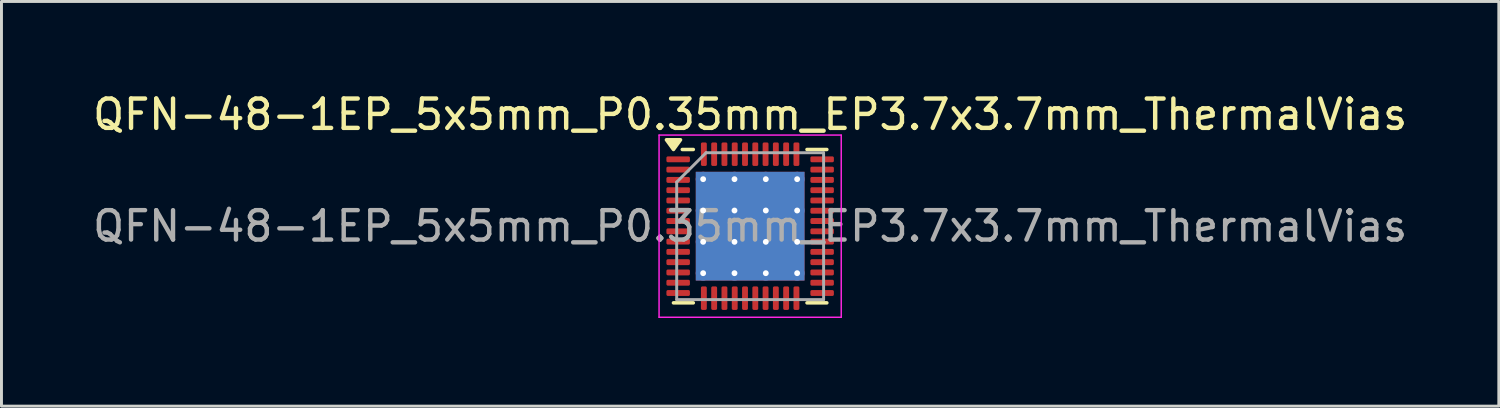
<source format=kicad_pcb>
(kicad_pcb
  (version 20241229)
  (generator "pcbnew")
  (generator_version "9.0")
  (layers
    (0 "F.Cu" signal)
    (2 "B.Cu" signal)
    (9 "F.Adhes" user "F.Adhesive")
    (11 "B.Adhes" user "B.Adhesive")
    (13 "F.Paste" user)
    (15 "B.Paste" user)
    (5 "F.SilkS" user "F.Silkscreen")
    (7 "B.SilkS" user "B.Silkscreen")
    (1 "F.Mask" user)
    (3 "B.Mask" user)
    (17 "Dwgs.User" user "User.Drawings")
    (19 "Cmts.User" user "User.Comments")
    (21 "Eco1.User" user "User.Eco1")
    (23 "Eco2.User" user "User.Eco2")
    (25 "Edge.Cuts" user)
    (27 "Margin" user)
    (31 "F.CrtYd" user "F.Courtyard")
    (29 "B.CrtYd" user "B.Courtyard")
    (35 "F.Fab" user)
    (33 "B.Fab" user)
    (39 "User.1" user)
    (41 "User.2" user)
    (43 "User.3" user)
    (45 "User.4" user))
  (footprint "QFN-48-1EP_5x5mm_P0.35mm_EP3.7x3.7mm_ThermalVias"
    (layer "F.Cu")
    (at 22.482 4.648)
    (property "Reference" "QFN-48-1EP_5x5mm_P0.35mm_EP3.7x3.7mm_ThermalVias" (at 0 -3.8 0) (layer "F.SilkS") (effects (font (size 1 1) (thickness 0.15))))
    (attr smd)
    (fp_line (start -1.935 -2.61) (end -2.31 -2.61) (stroke (width 0.12) (type solid)) (layer "F.SilkS"))
    (fp_line (start -1.935 2.61) (end -2.61 2.61) (stroke (width 0.12) (type solid)) (layer "F.SilkS"))
    (fp_line (start 1.935 -2.61) (end 2.61 -2.61) (stroke (width 0.12) (type solid)) (layer "F.SilkS"))
    (fp_line (start 1.935 2.61) (end 2.61 2.61) (stroke (width 0.12) (type solid)) (layer "F.SilkS"))
    (fp_poly (pts (xy -2.61 -2.61) (xy -2.85 -2.94) (xy -2.37 -2.94) (xy -2.61 -2.61)) (stroke (width 0.12) (type solid)) (fill yes) (layer "F.SilkS"))
    (fp_line (start -3.1 -3.1) (end -3.1 3.1) (stroke (width 0.05) (type solid)) (layer "F.CrtYd"))
    (fp_line (start -3.1 3.1) (end 3.1 3.1) (stroke (width 0.05) (type solid)) (layer "F.CrtYd"))
    (fp_line (start 3.1 -3.1) (end -3.1 -3.1) (stroke (width 0.05) (type solid)) (layer "F.CrtYd"))
    (fp_line (start 3.1 3.1) (end 3.1 -3.1) (stroke (width 0.05) (type solid)) (layer "F.CrtYd"))
    (fp_line (start -2.5 -1.5) (end -1.5 -2.5) (stroke (width 0.1) (type solid)) (layer "F.Fab"))
    (fp_line (start -2.5 2.5) (end -2.5 -1.5) (stroke (width 0.1) (type solid)) (layer "F.Fab"))
    (fp_line (start -1.5 -2.5) (end 2.5 -2.5) (stroke (width 0.1) (type solid)) (layer "F.Fab"))
    (fp_line (start 2.5 -2.5) (end 2.5 2.5) (stroke (width 0.1) (type solid)) (layer "F.Fab"))
    (fp_line (start 2.5 2.5) (end -2.5 2.5) (stroke (width 0.1) (type solid)) (layer "F.Fab"))
    (fp_text user "${REFERENCE}" (at 0 0 0) (layer "F.Fab") (effects (font (size 1 1) (thickness 0.15))))
    (pad "" smd custom (at -1.067 -1.067) (size 0.834 0.834) (layers "F.Paste") (options (anchor circle)) (primitives (gr_poly (pts (xy -0.356 -0.256) (xy -0.256 -0.356) (xy 0.256 -0.356) (xy 0.356 -0.256) (xy 0.356 0.256) (xy 0.256 0.356) (xy -0.256 0.356) (xy -0.356 0.256)) (width 0.243) (fill yes))))
    (pad "" smd custom (at -1.067 0) (size 0.834 0.834) (layers "F.Paste") (options (anchor circle)) (primitives (gr_poly (pts (xy -0.356 -0.256) (xy -0.256 -0.356) (xy 0.256 -0.356) (xy 0.356 -0.256) (xy 0.356 0.256) (xy 0.256 0.356) (xy -0.256 0.356) (xy -0.356 0.256)) (width 0.243) (fill yes))))
    (pad "" smd custom (at -1.067 1.067) (size 0.834 0.834) (layers "F.Paste") (options (anchor circle)) (primitives (gr_poly (pts (xy -0.356 -0.256) (xy -0.256 -0.356) (xy 0.256 -0.356) (xy 0.356 -0.256) (xy 0.356 0.256) (xy 0.256 0.356) (xy -0.256 0.356) (xy -0.356 0.256)) (width 0.243) (fill yes))))
    (pad "" smd custom (at 0 -1.067) (size 0.834 0.834) (layers "F.Paste") (options (anchor circle)) (primitives (gr_poly (pts (xy -0.356 -0.256) (xy -0.256 -0.356) (xy 0.256 -0.356) (xy 0.356 -0.256) (xy 0.356 0.256) (xy 0.256 0.356) (xy -0.256 0.356) (xy -0.356 0.256)) (width 0.243) (fill yes))))
    (pad "" smd custom (at 0 0) (size 0.834 0.834) (layers "F.Paste") (options (anchor circle)) (primitives (gr_poly (pts (xy -0.356 -0.256) (xy -0.256 -0.356) (xy 0.256 -0.356) (xy 0.356 -0.256) (xy 0.356 0.256) (xy 0.256 0.356) (xy -0.256 0.356) (xy -0.356 0.256)) (width 0.243) (fill yes))))
    (pad "" smd custom (at 0 1.067) (size 0.834 0.834) (layers "F.Paste") (options (anchor circle)) (primitives (gr_poly (pts (xy -0.356 -0.256) (xy -0.256 -0.356) (xy 0.256 -0.356) (xy 0.356 -0.256) (xy 0.356 0.256) (xy 0.256 0.356) (xy -0.256 0.356) (xy -0.356 0.256)) (width 0.243) (fill yes))))
    (pad "" smd custom (at 1.067 -1.067) (size 0.834 0.834) (layers "F.Paste") (options (anchor circle)) (primitives (gr_poly (pts (xy -0.356 -0.256) (xy -0.256 -0.356) (xy 0.256 -0.356) (xy 0.356 -0.256) (xy 0.356 0.256) (xy 0.256 0.356) (xy -0.256 0.356) (xy -0.356 0.256)) (width 0.243) (fill yes))))
    (pad "" smd custom (at 1.067 0) (size 0.834 0.834) (layers "F.Paste") (options (anchor circle)) (primitives (gr_poly (pts (xy -0.356 -0.256) (xy -0.256 -0.356) (xy 0.256 -0.356) (xy 0.356 -0.256) (xy 0.356 0.256) (xy 0.256 0.356) (xy -0.256 0.356) (xy -0.356 0.256)) (width 0.243) (fill yes))))
    (pad "" smd custom (at 1.067 1.067) (size 0.834 0.834) (layers "F.Paste") (options (anchor circle)) (primitives (gr_poly (pts (xy -0.356 -0.256) (xy -0.256 -0.356) (xy 0.256 -0.356) (xy 0.356 -0.256) (xy 0.356 0.256) (xy 0.256 0.356) (xy -0.256 0.356) (xy -0.356 0.256)) (width 0.243) (fill yes))))
    (pad "1" smd roundrect (at -2.45 -2.275) (size 0.8 0.2) (layers "F.Cu" "F.Mask" "F.Paste") (roundrect_rratio 0.25))
    (pad "2" smd roundrect (at -2.45 -1.925) (size 0.8 0.2) (layers "F.Cu" "F.Mask" "F.Paste") (roundrect_rratio 0.25))
    (pad "3" smd roundrect (at -2.45 -1.575) (size 0.8 0.2) (layers "F.Cu" "F.Mask" "F.Paste") (roundrect_rratio 0.25))
    (pad "4" smd roundrect (at -2.45 -1.225) (size 0.8 0.2) (layers "F.Cu" "F.Mask" "F.Paste") (roundrect_rratio 0.25))
    (pad "5" smd roundrect (at -2.45 -0.875) (size 0.8 0.2) (layers "F.Cu" "F.Mask" "F.Paste") (roundrect_rratio 0.25))
    (pad "6" smd roundrect (at -2.45 -0.525) (size 0.8 0.2) (layers "F.Cu" "F.Mask" "F.Paste") (roundrect_rratio 0.25))
    (pad "7" smd roundrect (at -2.45 -0.175) (size 0.8 0.2) (layers "F.Cu" "F.Mask" "F.Paste") (roundrect_rratio 0.25))
    (pad "8" smd roundrect (at -2.45 0.175) (size 0.8 0.2) (layers "F.Cu" "F.Mask" "F.Paste") (roundrect_rratio 0.25))
    (pad "9" smd roundrect (at -2.45 0.525) (size 0.8 0.2) (layers "F.Cu" "F.Mask" "F.Paste") (roundrect_rratio 0.25))
    (pad "10" smd roundrect (at -2.45 0.875) (size 0.8 0.2) (layers "F.Cu" "F.Mask" "F.Paste") (roundrect_rratio 0.25))
    (pad "11" smd roundrect (at -2.45 1.225) (size 0.8 0.2) (layers "F.Cu" "F.Mask" "F.Paste") (roundrect_rratio 0.25))
    (pad "12" smd roundrect (at -2.45 1.575) (size 0.8 0.2) (layers "F.Cu" "F.Mask" "F.Paste") (roundrect_rratio 0.25))
    (pad "13" smd roundrect (at -2.45 1.925) (size 0.8 0.2) (layers "F.Cu" "F.Mask" "F.Paste") (roundrect_rratio 0.25))
    (pad "14" smd roundrect (at -2.45 2.275) (size 0.8 0.2) (layers "F.Cu" "F.Mask" "F.Paste") (roundrect_rratio 0.25))
    (pad "15" smd roundrect (at -1.575 2.45) (size 0.2 0.8) (layers "F.Cu" "F.Mask" "F.Paste") (roundrect_rratio 0.25))
    (pad "16" smd roundrect (at -1.225 2.45) (size 0.2 0.8) (layers "F.Cu" "F.Mask" "F.Paste") (roundrect_rratio 0.25))
    (pad "17" smd roundrect (at -0.875 2.45) (size 0.2 0.8) (layers "F.Cu" "F.Mask" "F.Paste") (roundrect_rratio 0.25))
    (pad "18" smd roundrect (at -0.525 2.45) (size 0.2 0.8) (layers "F.Cu" "F.Mask" "F.Paste") (roundrect_rratio 0.25))
    (pad "19" smd roundrect (at -0.175 2.45) (size 0.2 0.8) (layers "F.Cu" "F.Mask" "F.Paste") (roundrect_rratio 0.25))
    (pad "20" smd roundrect (at 0.175 2.45) (size 0.2 0.8) (layers "F.Cu" "F.Mask" "F.Paste") (roundrect_rratio 0.25))
    (pad "21" smd roundrect (at 0.525 2.45) (size 0.2 0.8) (layers "F.Cu" "F.Mask" "F.Paste") (roundrect_rratio 0.25))
    (pad "22" smd roundrect (at 0.875 2.45) (size 0.2 0.8) (layers "F.Cu" "F.Mask" "F.Paste") (roundrect_rratio 0.25))
    (pad "23" smd roundrect (at 1.225 2.45) (size 0.2 0.8) (layers "F.Cu" "F.Mask" "F.Paste") (roundrect_rratio 0.25))
    (pad "24" smd roundrect (at 1.575 2.45) (size 0.2 0.8) (layers "F.Cu" "F.Mask" "F.Paste") (roundrect_rratio 0.25))
    (pad "25" smd roundrect (at 2.45 2.275) (size 0.8 0.2) (layers "F.Cu" "F.Mask" "F.Paste") (roundrect_rratio 0.25))
    (pad "26" smd roundrect (at 2.45 1.925) (size 0.8 0.2) (layers "F.Cu" "F.Mask" "F.Paste") (roundrect_rratio 0.25))
    (pad "27" smd roundrect (at 2.45 1.575) (size 0.8 0.2) (layers "F.Cu" "F.Mask" "F.Paste") (roundrect_rratio 0.25))
    (pad "28" smd roundrect (at 2.45 1.225) (size 0.8 0.2) (layers "F.Cu" "F.Mask" "F.Paste") (roundrect_rratio 0.25))
    (pad "29" smd roundrect (at 2.45 0.875) (size 0.8 0.2) (layers "F.Cu" "F.Mask" "F.Paste") (roundrect_rratio 0.25))
    (pad "30" smd roundrect (at 2.45 0.525) (size 0.8 0.2) (layers "F.Cu" "F.Mask" "F.Paste") (roundrect_rratio 0.25))
    (pad "31" smd roundrect (at 2.45 0.175) (size 0.8 0.2) (layers "F.Cu" "F.Mask" "F.Paste") (roundrect_rratio 0.25))
    (pad "32" smd roundrect (at 2.45 -0.175) (size 0.8 0.2) (layers "F.Cu" "F.Mask" "F.Paste") (roundrect_rratio 0.25))
    (pad "33" smd roundrect (at 2.45 -0.525) (size 0.8 0.2) (layers "F.Cu" "F.Mask" "F.Paste") (roundrect_rratio 0.25))
    (pad "34" smd roundrect (at 2.45 -0.875) (size 0.8 0.2) (layers "F.Cu" "F.Mask" "F.Paste") (roundrect_rratio 0.25))
    (pad "35" smd roundrect (at 2.45 -1.225) (size 0.8 0.2) (layers "F.Cu" "F.Mask" "F.Paste") (roundrect_rratio 0.25))
    (pad "36" smd roundrect (at 2.45 -1.575) (size 0.8 0.2) (layers "F.Cu" "F.Mask" "F.Paste") (roundrect_rratio 0.25))
    (pad "37" smd roundrect (at 2.45 -1.925) (size 0.8 0.2) (layers "F.Cu" "F.Mask" "F.Paste") (roundrect_rratio 0.25))
    (pad "38" smd roundrect (at 2.45 -2.275) (size 0.8 0.2) (layers "F.Cu" "F.Mask" "F.Paste") (roundrect_rratio 0.25))
    (pad "39" smd roundrect (at 1.575 -2.45) (size 0.2 0.8) (layers "F.Cu" "F.Mask" "F.Paste") (roundrect_rratio 0.25))
    (pad "40" smd roundrect (at 1.225 -2.45) (size 0.2 0.8) (layers "F.Cu" "F.Mask" "F.Paste") (roundrect_rratio 0.25))
    (pad "41" smd roundrect (at 0.875 -2.45) (size 0.2 0.8) (layers "F.Cu" "F.Mask" "F.Paste") (roundrect_rratio 0.25))
    (pad "42" smd roundrect (at 0.525 -2.45) (size 0.2 0.8) (layers "F.Cu" "F.Mask" "F.Paste") (roundrect_rratio 0.25))
    (pad "43" smd roundrect (at 0.175 -2.45) (size 0.2 0.8) (layers "F.Cu" "F.Mask" "F.Paste") (roundrect_rratio 0.25))
    (pad "44" smd roundrect (at -0.175 -2.45) (size 0.2 0.8) (layers "F.Cu" "F.Mask" "F.Paste") (roundrect_rratio 0.25))
    (pad "45" smd roundrect (at -0.525 -2.45) (size 0.2 0.8) (layers "F.Cu" "F.Mask" "F.Paste") (roundrect_rratio 0.25))
    (pad "46" smd roundrect (at -0.875 -2.45) (size 0.2 0.8) (layers "F.Cu" "F.Mask" "F.Paste") (roundrect_rratio 0.25))
    (pad "47" smd roundrect (at -1.225 -2.45) (size 0.2 0.8) (layers "F.Cu" "F.Mask" "F.Paste") (roundrect_rratio 0.25))
    (pad "48" smd roundrect (at -1.575 -2.45) (size 0.2 0.8) (layers "F.Cu" "F.Mask" "F.Paste") (roundrect_rratio 0.25))
    (pad "49" thru_hole circle (at -1.6 -1.6) (size 0.5 0.5) (drill 0.2) (property pad_prop_heatsink) (layers "*.Cu"))
    (pad "49" thru_hole circle (at -1.6 -0.533) (size 0.5 0.5) (drill 0.2) (property pad_prop_heatsink) (layers "*.Cu"))
    (pad "49" thru_hole circle (at -1.6 0.533) (size 0.5 0.5) (drill 0.2) (property pad_prop_heatsink) (layers "*.Cu"))
    (pad "49" thru_hole circle (at -1.6 1.6) (size 0.5 0.5) (drill 0.2) (property pad_prop_heatsink) (layers "*.Cu"))
    (pad "49" thru_hole circle (at -0.533 -1.6) (size 0.5 0.5) (drill 0.2) (property pad_prop_heatsink) (layers "*.Cu"))
    (pad "49" thru_hole circle (at -0.533 -0.533) (size 0.5 0.5) (drill 0.2) (property pad_prop_heatsink) (layers "*.Cu"))
    (pad "49" thru_hole circle (at -0.533 0.533) (size 0.5 0.5) (drill 0.2) (property pad_prop_heatsink) (layers "*.Cu"))
    (pad "49" thru_hole circle (at -0.533 1.6) (size 0.5 0.5) (drill 0.2) (property pad_prop_heatsink) (layers "*.Cu"))
    (pad "49" smd rect (at 0 0) (size 3.7 3.7) (property pad_prop_heatsink) (layers "F.Cu" "F.Mask"))
    (pad "49" smd rect (at 0 0) (size 3.7 3.7) (property pad_prop_heatsink) (layers "B.Cu"))
    (pad "49" thru_hole circle (at 0.533 -1.6) (size 0.5 0.5) (drill 0.2) (property pad_prop_heatsink) (layers "*.Cu"))
    (pad "49" thru_hole circle (at 0.533 -0.533) (size 0.5 0.5) (drill 0.2) (property pad_prop_heatsink) (layers "*.Cu"))
    (pad "49" thru_hole circle (at 0.533 0.533) (size 0.5 0.5) (drill 0.2) (property pad_prop_heatsink) (layers "*.Cu"))
    (pad "49" thru_hole circle (at 0.533 1.6) (size 0.5 0.5) (drill 0.2) (property pad_prop_heatsink) (layers "*.Cu"))
    (pad "49" thru_hole circle (at 1.6 -1.6) (size 0.5 0.5) (drill 0.2) (property pad_prop_heatsink) (layers "*.Cu"))
    (pad "49" thru_hole circle (at 1.6 -0.533) (size 0.5 0.5) (drill 0.2) (property pad_prop_heatsink) (layers "*.Cu"))
    (pad "49" thru_hole circle (at 1.6 0.533) (size 0.5 0.5) (drill 0.2) (property pad_prop_heatsink) (layers "*.Cu"))
    (pad "49" thru_hole circle (at 1.6 1.6) (size 0.5 0.5) (drill 0.2) (property pad_prop_heatsink) (layers "*.Cu")))
  (gr_rect
    (start -3 -3)
    (end 47.964 10.773)
    (stroke (width 0.1) (type default))
    (fill no)
    (layer "Edge.Cuts")))
</source>
